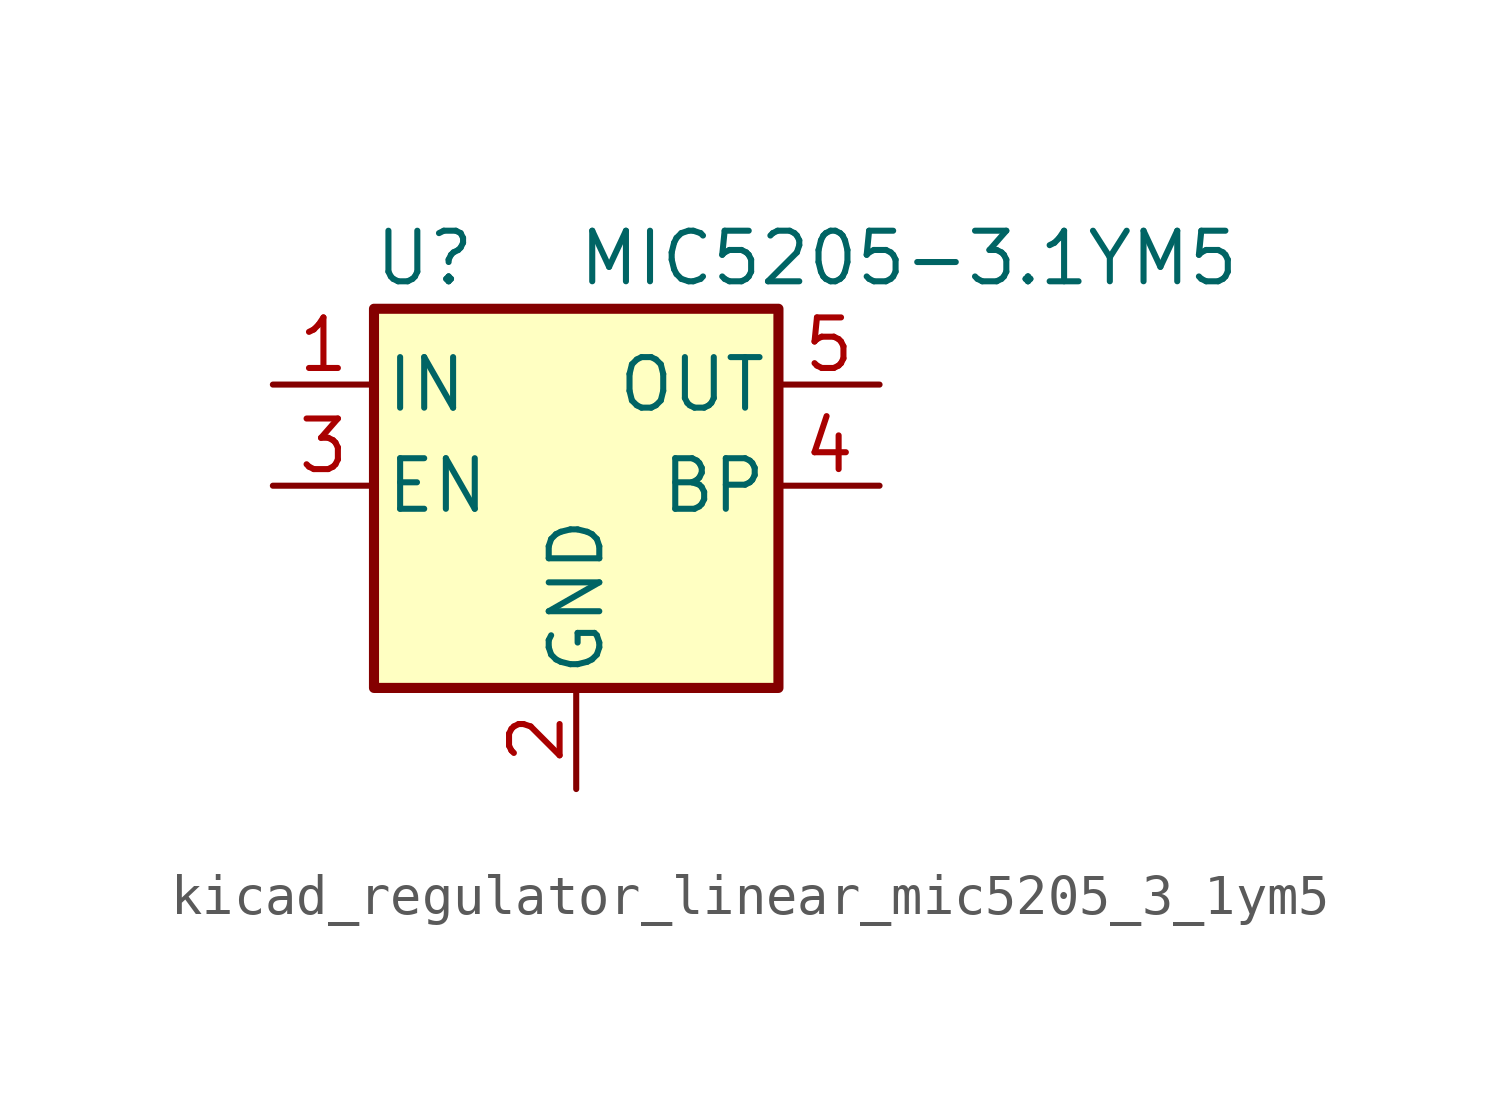
<source format=kicad_sym>
(kicad_symbol_lib
  (version 20220914)
  (generator kicad_symbol_editor)
  (symbol "kicad_regulator_linear_mic5205_3_1ym5"
    (pin_names
      (offset 0.254))
    (property "Reference" "U"
      (at -3.81 5.715 0)
      (effects (font (size 1.27 1.27))))
    (property "Value" "MIC5205-3.1YM5"
      (at 0 5.715 0)
      (effects (font (size 1.27 1.27)) (justify left)))
    (symbol "kicad_regulator_linear_mic5205_3_1ym5_0_1"
      (rectangle (start -5.08 4.445) (end 5.08 -5.08) (stroke (width 0.254) (type default)) (fill (type background))))
    (symbol "kicad_regulator_linear_mic5205_3_1ym5_1_1"
      (pin power_in line (at -7.62 2.54 0) (length 2.54) (name "IN" (effects (font (size 1.27 1.27)))) (number "1" (effects (font (size 1.27 1.27)))))
      (pin power_in line (at 0 -7.62 90) (length 2.54) (name "GND" (effects (font (size 1.27 1.27)))) (number "2" (effects (font (size 1.27 1.27)))))
      (pin input line (at -7.62 0 0) (length 2.54) (name "EN" (effects (font (size 1.27 1.27)))) (number "3" (effects (font (size 1.27 1.27)))))
      (pin input line (at 7.62 0 180) (length 2.54) (name "BP" (effects (font (size 1.27 1.27)))) (number "4" (effects (font (size 1.27 1.27)))))
      (pin power_out line (at 7.62 2.54 180) (length 2.54) (name "OUT" (effects (font (size 1.27 1.27)))) (number "5" (effects (font (size 1.27 1.27))))))))
</source>
